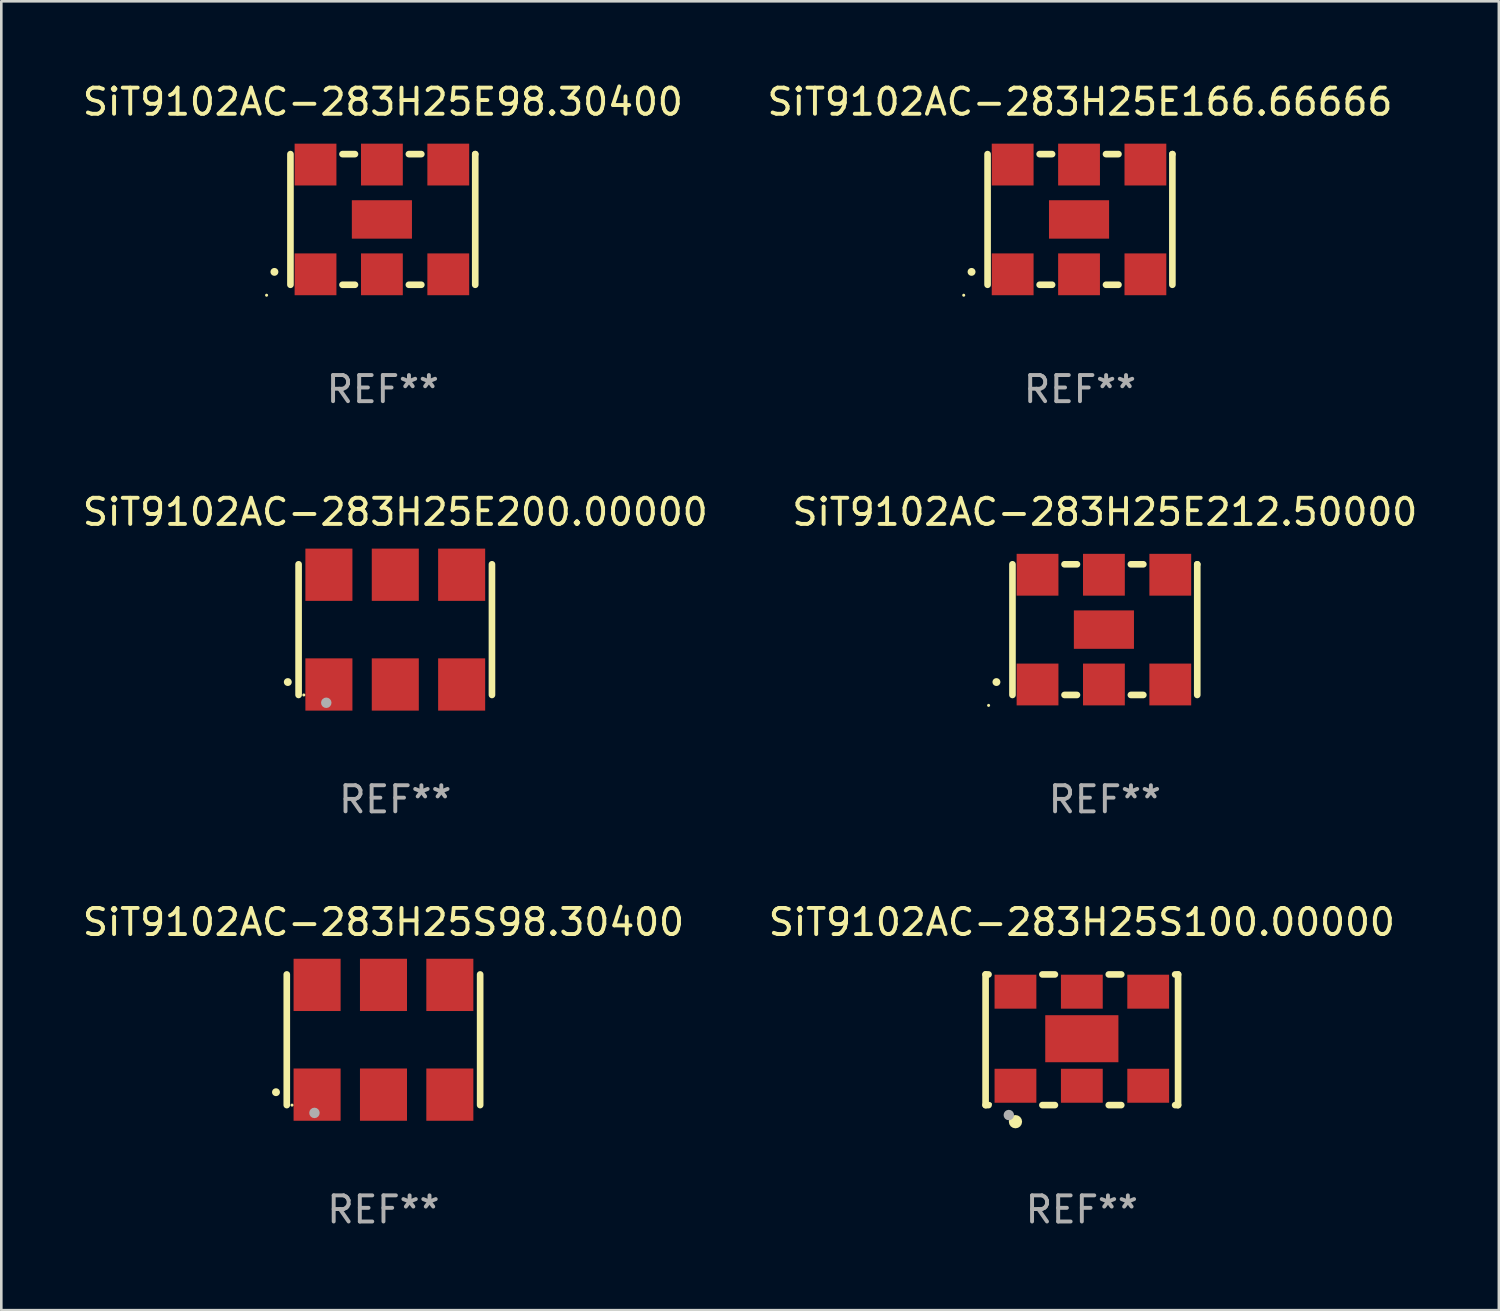
<source format=kicad_pcb>
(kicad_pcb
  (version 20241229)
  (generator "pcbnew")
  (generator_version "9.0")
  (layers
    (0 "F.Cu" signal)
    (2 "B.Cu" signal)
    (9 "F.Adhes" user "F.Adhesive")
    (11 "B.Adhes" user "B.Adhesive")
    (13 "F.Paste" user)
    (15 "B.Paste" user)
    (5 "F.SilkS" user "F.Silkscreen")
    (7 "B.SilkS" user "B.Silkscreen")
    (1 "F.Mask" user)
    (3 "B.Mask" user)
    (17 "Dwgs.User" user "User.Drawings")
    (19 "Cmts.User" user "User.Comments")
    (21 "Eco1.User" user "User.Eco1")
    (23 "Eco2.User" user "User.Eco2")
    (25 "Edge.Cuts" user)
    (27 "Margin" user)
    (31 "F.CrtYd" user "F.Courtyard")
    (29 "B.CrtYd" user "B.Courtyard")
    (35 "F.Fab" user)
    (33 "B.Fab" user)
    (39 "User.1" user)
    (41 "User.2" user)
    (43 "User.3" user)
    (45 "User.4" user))
  (footprint "SiT9102AC-283H25E212.50000"
    (layer "F.Cu")
    (at 39.232 21.045)
    (property "Reference" "SiT9102AC-283H25E212.50000" (at 0 -4.5 0) (layer "F.SilkS") (effects (font (size 1 1) (thickness 0.15))))
    (attr through_hole)
    (fp_line (start -3.536 -2.5) (end -3.536 2.5) (stroke (width 0.254) (type solid)) (layer "F.SilkS"))
    (fp_line (start -1.544 2.5) (end -1.067 2.5) (stroke (width 0.254) (type solid)) (layer "F.SilkS"))
    (fp_line (start -1.067 -2.5) (end -1.544 -2.5) (stroke (width 0.254) (type solid)) (layer "F.SilkS"))
    (fp_line (start 0.996 2.5) (end 1.473 2.5) (stroke (width 0.254) (type solid)) (layer "F.SilkS"))
    (fp_line (start 1.473 -2.5) (end 0.996 -2.5) (stroke (width 0.254) (type solid)) (layer "F.SilkS"))
    (fp_line (start 3.536 -2.5) (end 3.536 -2.5) (stroke (width 0.254) (type solid)) (layer "F.SilkS"))
    (fp_line (start 3.536 2.5) (end 3.536 -2.5) (stroke (width 0.254) (type solid)) (layer "F.SilkS"))
    (fp_arc (start -4.150432 2.006604) (mid -4.149162 2.006599) (end -4.147892 2.006604) (stroke (width 0.3) (type solid)) (layer "F.SilkS"))
    (fp_circle (center -4.449 2.9) (end -4.419 2.9) (stroke (width 0.06) (type solid)) (fill no) (layer "F.SilkS"))
    (fp_text user "REF**" (at 0 6.5 0) (layer "F.Fab") (effects (font (size 1 1) (thickness 0.15))))
    (pad "1" smd rect (at -2.576 2.1) (size 1.6 1.6) (layers "F.Cu" "F.Mask" "F.Paste"))
    (pad "2" smd rect (at -0.036 2.1) (size 1.6 1.6) (layers "F.Cu" "F.Mask" "F.Paste"))
    (pad "3" smd rect (at 2.504 2.1) (size 1.6 1.6) (layers "F.Cu" "F.Mask" "F.Paste"))
    (pad "4" smd rect (at 2.504 -2.1) (size 1.6 1.6) (layers "F.Cu" "F.Mask" "F.Paste"))
    (pad "5" smd rect (at -0.036 -2.1) (size 1.6 1.6) (layers "F.Cu" "F.Mask" "F.Paste"))
    (pad "6" smd rect (at -2.576 -2.1) (size 1.6 1.6) (layers "F.Cu" "F.Mask" "F.Paste"))
    (pad "7" smd rect (at -0.036 0) (size 2.3 1.47) (layers "F.Cu" "F.Mask" "F.Paste")))
  (footprint "SiT9102AC-283H25E98.30400"
    (layer "F.Cu")
    (at 11.601 5.348)
    (property "Reference" "SiT9102AC-283H25E98.30400" (at 0 -4.5 0) (layer "F.SilkS") (effects (font (size 1 1) (thickness 0.15))))
    (attr through_hole)
    (fp_line (start -3.536 -2.5) (end -3.536 2.5) (stroke (width 0.254) (type solid)) (layer "F.SilkS"))
    (fp_line (start -1.544 2.5) (end -1.067 2.5) (stroke (width 0.254) (type solid)) (layer "F.SilkS"))
    (fp_line (start -1.067 -2.5) (end -1.544 -2.5) (stroke (width 0.254) (type solid)) (layer "F.SilkS"))
    (fp_line (start 0.996 2.5) (end 1.473 2.5) (stroke (width 0.254) (type solid)) (layer "F.SilkS"))
    (fp_line (start 1.473 -2.5) (end 0.996 -2.5) (stroke (width 0.254) (type solid)) (layer "F.SilkS"))
    (fp_line (start 3.536 -2.5) (end 3.536 -2.5) (stroke (width 0.254) (type solid)) (layer "F.SilkS"))
    (fp_line (start 3.536 2.5) (end 3.536 -2.5) (stroke (width 0.254) (type solid)) (layer "F.SilkS"))
    (fp_arc (start -4.150432 2.006604) (mid -4.149162 2.006599) (end -4.147892 2.006604) (stroke (width 0.3) (type solid)) (layer "F.SilkS"))
    (fp_circle (center -4.449 2.9) (end -4.419 2.9) (stroke (width 0.06) (type solid)) (fill no) (layer "F.SilkS"))
    (fp_text user "REF**" (at 0 6.5 0) (layer "F.Fab") (effects (font (size 1 1) (thickness 0.15))))
    (pad "1" smd rect (at -2.576 2.1) (size 1.6 1.6) (layers "F.Cu" "F.Mask" "F.Paste"))
    (pad "2" smd rect (at -0.036 2.1) (size 1.6 1.6) (layers "F.Cu" "F.Mask" "F.Paste"))
    (pad "3" smd rect (at 2.504 2.1) (size 1.6 1.6) (layers "F.Cu" "F.Mask" "F.Paste"))
    (pad "4" smd rect (at 2.504 -2.1) (size 1.6 1.6) (layers "F.Cu" "F.Mask" "F.Paste"))
    (pad "5" smd rect (at -0.036 -2.1) (size 1.6 1.6) (layers "F.Cu" "F.Mask" "F.Paste"))
    (pad "6" smd rect (at -2.576 -2.1) (size 1.6 1.6) (layers "F.Cu" "F.Mask" "F.Paste"))
    (pad "7" smd rect (at -0.036 0) (size 2.3 1.47) (layers "F.Cu" "F.Mask" "F.Paste")))
  (footprint "SiT9102AC-283H25E200.00000"
    (layer "F.Cu")
    (at 12.077 21.045)
    (property "Reference" "SiT9102AC-283H25E200.00000" (at 0 -4.5 0) (layer "F.SilkS") (effects (font (size 1 1) (thickness 0.15))))
    (attr through_hole)
    (fp_line (start -3.7 -2.5) (end -3.7 2.5) (stroke (width 0.254) (type solid)) (layer "F.SilkS"))
    (fp_line (start 3.7 -2.5) (end 3.7 2.5) (stroke (width 0.254) (type solid)) (layer "F.SilkS"))
    (fp_arc (start -4.114415 2.006604) (mid -4.113145 2.006599) (end -4.111875 2.006604) (stroke (width 0.3) (type solid)) (layer "F.SilkS"))
    (fp_circle (center -3.5 2.501) (end -3.47 2.501) (stroke (width 0.06) (type solid)) (fill no) (layer "F.SilkS"))
    (fp_circle (center -2.641 2.799) (end -2.541 2.799) (stroke (width 0.2) (type solid)) (fill no) (layer "F.Fab"))
    (fp_text user "REF**" (at 0 6.5 0) (layer "F.Fab") (effects (font (size 1 1) (thickness 0.15))))
    (pad "1" smd rect (at -2.54 2.1) (size 1.8 2) (layers "F.Cu" "F.Mask" "F.Paste"))
    (pad "2" smd rect (at 0.000394 2.1) (size 1.8 2) (layers "F.Cu" "F.Mask" "F.Paste"))
    (pad "3" smd rect (at 2.54 2.1) (size 1.8 2) (layers "F.Cu" "F.Mask" "F.Paste"))
    (pad "4" smd rect (at 2.54 -2.1) (size 1.8 2) (layers "F.Cu" "F.Mask" "F.Paste"))
    (pad "5" smd rect (at 0.000394 -2.1) (size 1.8 2) (layers "F.Cu" "F.Mask" "F.Paste"))
    (pad "6" smd rect (at -2.54 -2.1) (size 1.8 2) (layers "F.Cu" "F.Mask" "F.Paste")))
  (footprint "SiT9102AC-283H25S100.00000"
    (layer "F.Cu")
    (at 38.351 36.741)
    (property "Reference" "SiT9102AC-283H25S100.00000" (at 0 -4.5 0) (layer "F.SilkS") (effects (font (size 1 1) (thickness 0.15))))
    (attr through_hole)
    (fp_line (start -3.683 -2.5) (end -3.571 -2.5) (stroke (width 0.254) (type solid)) (layer "F.SilkS"))
    (fp_line (start -3.683 2.5) (end -3.683 -2.5) (stroke (width 0.254) (type solid)) (layer "F.SilkS"))
    (fp_line (start -3.683 2.5) (end -3.571 2.5) (stroke (width 0.254) (type solid)) (layer "F.SilkS"))
    (fp_line (start -1.509 -2.5) (end -1.031 -2.5) (stroke (width 0.254) (type solid)) (layer "F.SilkS"))
    (fp_line (start -1.509 2.5) (end -1.031 2.5) (stroke (width 0.254) (type solid)) (layer "F.SilkS"))
    (fp_line (start 1.031 -2.5) (end 1.509 -2.5) (stroke (width 0.254) (type solid)) (layer "F.SilkS"))
    (fp_line (start 1.031 2.5) (end 1.509 2.5) (stroke (width 0.254) (type solid)) (layer "F.SilkS"))
    (fp_line (start 3.571 -2.5) (end 3.683 -2.5) (stroke (width 0.254) (type solid)) (layer "F.SilkS"))
    (fp_line (start 3.571 2.5) (end 3.683 2.5) (stroke (width 0.254) (type solid)) (layer "F.SilkS"))
    (fp_line (start 3.683 2.5) (end 3.683 -2.5) (stroke (width 0.254) (type solid)) (layer "F.SilkS"))
    (fp_circle (center -3.5 2.46) (end -3.47 2.46) (stroke (width 0.06) (type solid)) (fill no) (layer "F.SilkS"))
    (fp_circle (center -2.54 3.135) (end -2.413 3.135) (stroke (width 0.254) (type solid)) (fill no) (layer "F.SilkS"))
    (fp_circle (center -2.794 2.881) (end -2.694 2.881) (stroke (width 0.2) (type solid)) (fill no) (layer "F.Fab"))
    (fp_text user "REF**" (at 0 6.5 0) (layer "F.Fab") (effects (font (size 1 1) (thickness 0.15))))
    (pad "1" smd rect (at -2.54 1.76) (size 1.6 1.3) (layers "F.Cu" "F.Mask" "F.Paste"))
    (pad "2" smd rect (at 0 1.76) (size 1.6 1.3) (layers "F.Cu" "F.Mask" "F.Paste"))
    (pad "3" smd rect (at 2.54 1.76) (size 1.6 1.3) (layers "F.Cu" "F.Mask" "F.Paste"))
    (pad "4" smd rect (at 2.54 -1.84) (size 1.6 1.3) (layers "F.Cu" "F.Mask" "F.Paste"))
    (pad "5" smd rect (at 0 -1.84) (size 1.6 1.3) (layers "F.Cu" "F.Mask" "F.Paste"))
    (pad "6" smd rect (at -2.54 -1.84) (size 1.6 1.3) (layers "F.Cu" "F.Mask" "F.Paste"))
    (pad "7" smd rect (at 0 -0.04) (size 2.8 1.8) (layers "F.Cu" "F.Mask" "F.Paste")))
  (footprint "SiT9102AC-283H25E166.66666"
    (layer "F.Cu")
    (at 38.28 5.348)
    (property "Reference" "SiT9102AC-283H25E166.66666" (at 0 -4.5 0) (layer "F.SilkS") (effects (font (size 1 1) (thickness 0.15))))
    (attr through_hole)
    (fp_line (start -3.536 -2.5) (end -3.536 2.5) (stroke (width 0.254) (type solid)) (layer "F.SilkS"))
    (fp_line (start -1.544 2.5) (end -1.067 2.5) (stroke (width 0.254) (type solid)) (layer "F.SilkS"))
    (fp_line (start -1.067 -2.5) (end -1.544 -2.5) (stroke (width 0.254) (type solid)) (layer "F.SilkS"))
    (fp_line (start 0.996 2.5) (end 1.473 2.5) (stroke (width 0.254) (type solid)) (layer "F.SilkS"))
    (fp_line (start 1.473 -2.5) (end 0.996 -2.5) (stroke (width 0.254) (type solid)) (layer "F.SilkS"))
    (fp_line (start 3.536 -2.5) (end 3.536 -2.5) (stroke (width 0.254) (type solid)) (layer "F.SilkS"))
    (fp_line (start 3.536 2.5) (end 3.536 -2.5) (stroke (width 0.254) (type solid)) (layer "F.SilkS"))
    (fp_arc (start -4.150432 2.006604) (mid -4.149162 2.006599) (end -4.147892 2.006604) (stroke (width 0.3) (type solid)) (layer "F.SilkS"))
    (fp_circle (center -4.449 2.9) (end -4.419 2.9) (stroke (width 0.06) (type solid)) (fill no) (layer "F.SilkS"))
    (fp_text user "REF**" (at 0 6.5 0) (layer "F.Fab") (effects (font (size 1 1) (thickness 0.15))))
    (pad "1" smd rect (at -2.576 2.1) (size 1.6 1.6) (layers "F.Cu" "F.Mask" "F.Paste"))
    (pad "2" smd rect (at -0.036 2.1) (size 1.6 1.6) (layers "F.Cu" "F.Mask" "F.Paste"))
    (pad "3" smd rect (at 2.504 2.1) (size 1.6 1.6) (layers "F.Cu" "F.Mask" "F.Paste"))
    (pad "4" smd rect (at 2.504 -2.1) (size 1.6 1.6) (layers "F.Cu" "F.Mask" "F.Paste"))
    (pad "5" smd rect (at -0.036 -2.1) (size 1.6 1.6) (layers "F.Cu" "F.Mask" "F.Paste"))
    (pad "6" smd rect (at -2.576 -2.1) (size 1.6 1.6) (layers "F.Cu" "F.Mask" "F.Paste"))
    (pad "7" smd rect (at -0.036 0) (size 2.3 1.47) (layers "F.Cu" "F.Mask" "F.Paste")))
  (footprint "SiT9102AC-283H25S98.30400"
    (layer "F.Cu")
    (at 11.625 36.741)
    (property "Reference" "SiT9102AC-283H25S98.30400" (at 0 -4.5 0) (layer "F.SilkS") (effects (font (size 1 1) (thickness 0.15))))
    (attr through_hole)
    (fp_line (start -3.7 -2.5) (end -3.7 2.5) (stroke (width 0.254) (type solid)) (layer "F.SilkS"))
    (fp_line (start 3.7 -2.5) (end 3.7 2.5) (stroke (width 0.254) (type solid)) (layer "F.SilkS"))
    (fp_arc (start -4.114415 2.006604) (mid -4.113145 2.006599) (end -4.111875 2.006604) (stroke (width 0.3) (type solid)) (layer "F.SilkS"))
    (fp_circle (center -3.5 2.501) (end -3.47 2.501) (stroke (width 0.06) (type solid)) (fill no) (layer "F.SilkS"))
    (fp_circle (center -2.641 2.799) (end -2.541 2.799) (stroke (width 0.2) (type solid)) (fill no) (layer "F.Fab"))
    (fp_text user "REF**" (at 0 6.5 0) (layer "F.Fab") (effects (font (size 1 1) (thickness 0.15))))
    (pad "1" smd rect (at -2.54 2.1) (size 1.8 2) (layers "F.Cu" "F.Mask" "F.Paste"))
    (pad "2" smd rect (at 0.000394 2.1) (size 1.8 2) (layers "F.Cu" "F.Mask" "F.Paste"))
    (pad "3" smd rect (at 2.54 2.1) (size 1.8 2) (layers "F.Cu" "F.Mask" "F.Paste"))
    (pad "4" smd rect (at 2.54 -2.1) (size 1.8 2) (layers "F.Cu" "F.Mask" "F.Paste"))
    (pad "5" smd rect (at 0.000394 -2.1) (size 1.8 2) (layers "F.Cu" "F.Mask" "F.Paste"))
    (pad "6" smd rect (at -2.54 -2.1) (size 1.8 2) (layers "F.Cu" "F.Mask" "F.Paste")))
  (gr_rect
    (start -3 -3)
    (end 54.31 47.09)
    (stroke (width 0.1) (type default))
    (fill no)
    (layer "Edge.Cuts")))
</source>
